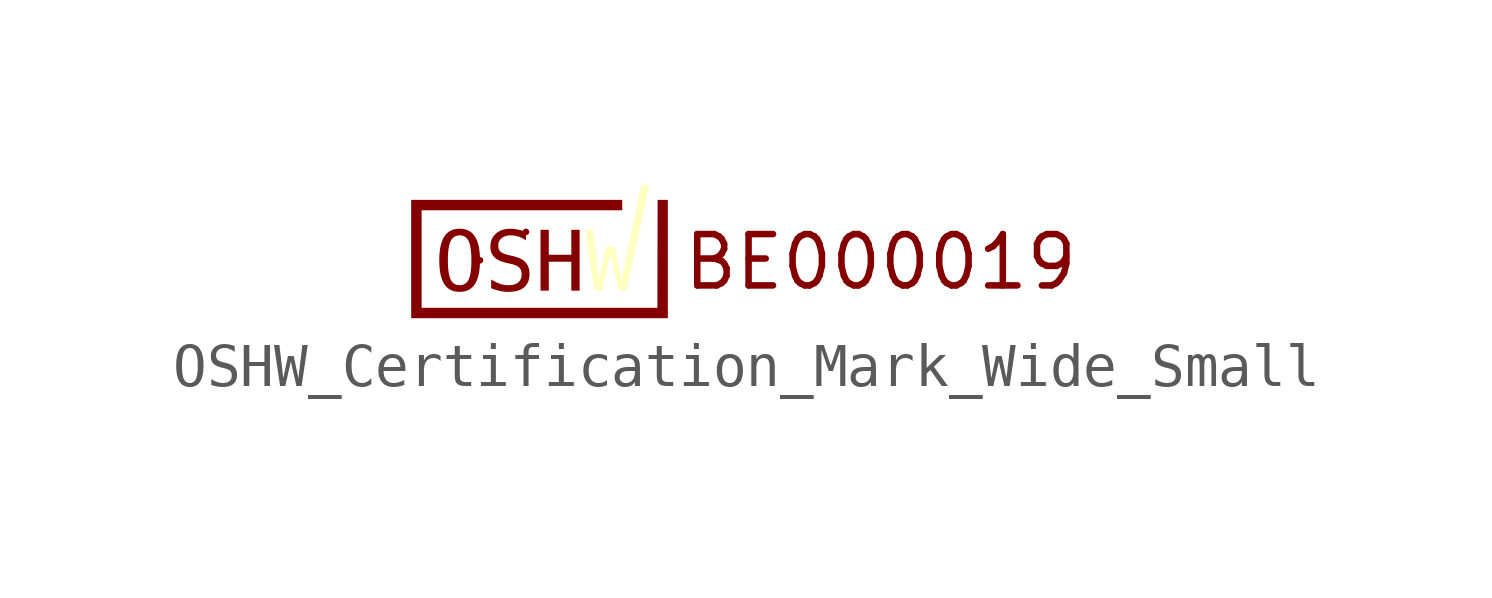
<source format=kicad_sym>
(kicad_symbol_lib
  (version 20231120)
  (generator "kicad_symbol_editor")
  (generator_version "8.0")
  (symbol "OSHW_Certification_Mark_Wide_Small"
    (property "Reference" "LOGO"
      (at 0 0 0)
      (effects (font (size 1.27 1.27)) (hide yes)))
    (symbol "OSHW_Certification_Mark_Wide_Small_1_1"
      (polyline (pts (xy -1.391 -0.214) (xy -1.391 -0.214) (xy -1.391 -0.214)) (stroke (width 0) (type default)) (fill (type outline)))
      (polyline (pts (xy -0.316 0.45) (xy -0.316 0.45) (xy -0.316 0.45)) (stroke (width 0) (type default)) (fill (type outline)))
      (polyline (pts (xy 3 -1.568) (xy -3 -1.568) (xy -3 1.199) (xy -3 1.199) (xy 1.934 1.199) (xy 1.934 0.955) (xy -2.756 0.955) (xy -2.756 -1.324) (xy 2.756 -1.324) (xy 2.761 1.199) (xy 3 1.199)) (stroke (width -0.0001) (type default)) (fill (type outline)))
      (polyline (pts (xy 0.217 -0.085) (xy 0.744 -0.085) (xy 0.744 0.499) (xy 0.938 0.499) (xy 0.938 -0.924) (xy 0.744 -0.924) (xy 0.744 -0.247) (xy 0.217 -0.247) (xy 0.217 -0.924) (xy 0.024 -0.924) (xy 0.024 0.499) (xy 0.217 0.499)) (stroke (width -0.0001) (type default)) (fill (type outline)))
      (polyline (pts (xy 2.03 -0.924) (xy 1.848 -0.924) (xy 1.655 -0.079) (xy 1.462 -0.924) (xy 1.28 -0.924) (xy 1.068 0.499) (xy 1.256 0.499) (xy 1.392 -0.656) (xy 1.554 0.108) (xy 1.755 0.108) (xy 1.919 -0.658) (xy 2.38 1.556) (xy 2.568 1.556)) (stroke (width -0.0001) (type default)) (fill (type background)))
      (polyline (pts (xy -1.838 0.524) (xy -1.809 0.521) (xy -1.782 0.518) (xy -1.755 0.513) (xy -1.729 0.506) (xy -1.704 0.499) (xy -1.681 0.489) (xy -1.658 0.479) (xy -1.636 0.467) (xy -1.615 0.453) (xy -1.595 0.438) (xy -1.576 0.421) (xy -1.558 0.404) (xy -1.541 0.384) (xy -1.525 0.363) (xy -1.509 0.341) (xy -1.495 0.318) (xy -1.482 0.293) (xy -1.469 0.266) (xy -1.458 0.238) (xy -1.447 0.208) (xy -1.437 0.177) (xy -1.429 0.145) (xy -1.421 0.111) (xy -1.414 0.075) (xy -1.408 0.039) (xy -1.403 0.0001) (xy -1.399 -0.04) (xy -1.395 -0.081) (xy -1.393 -0.124) (xy -1.392 -0.168) (xy -1.391 -0.214) (xy -1.392 -0.26) (xy -1.393 -0.304) (xy -1.395 -0.347) (xy -1.399 -0.388) (xy -1.403 -0.428) (xy -1.408 -0.466) (xy -1.414 -0.503) (xy -1.421 -0.539) (xy -1.429 -0.573) (xy -1.437 -0.605) (xy -1.447 -0.636) (xy -1.458 -0.666) (xy -1.469 -0.694) (xy -1.482 -0.72) (xy -1.495 -0.745) (xy -1.509 -0.769) (xy -1.517 -0.78) (xy -1.525 -0.791) (xy -1.532 -0.802) (xy -1.541 -0.812) (xy -1.549 -0.822) (xy -1.558 -0.831) (xy -1.567 -0.84) (xy -1.576 -0.849) (xy -1.585 -0.857) (xy -1.595 -0.865) (xy -1.605 -0.873) (xy -1.615 -0.88) (xy -1.625 -0.887) (xy -1.636 -0.894) (xy -1.647 -0.9) (xy -1.658 -0.906) (xy -1.669 -0.912) (xy -1.681 -0.917) (xy -1.692 -0.922) (xy -1.704 -0.926) (xy -1.717 -0.93) (xy -1.729 -0.934) (xy -1.742 -0.937) (xy -1.755 -0.94) (xy -1.768 -0.943) (xy -1.782 -0.945) (xy -1.809 -0.949) (xy -1.838 -0.951) (xy -1.868 -0.952) (xy -1.897 -0.951) (xy -1.926 -0.949) (xy -1.954 -0.945) (xy -1.981 -0.941) (xy -2.006 -0.934) (xy -2.031 -0.926) (xy -2.055 -0.917) (xy -2.078 -0.906) (xy -2.1 -0.894) (xy -2.121 -0.881) (xy -2.141 -0.866) (xy -2.16 -0.85) (xy -2.178 -0.832) (xy -2.195 -0.812) (xy -2.211 -0.792) (xy -2.226 -0.77) (xy -2.24 -0.746) (xy -2.254 -0.721) (xy -2.266 -0.695) (xy -2.277 -0.667) (xy -2.288 -0.637) (xy -2.297 -0.606) (xy -2.306 -0.574) (xy -2.314 -0.54) (xy -2.321 -0.504) (xy -2.327 -0.468) (xy -2.332 -0.429) (xy -2.336 -0.389) (xy -2.339 -0.348) (xy -2.341 -0.305) (xy -2.343 -0.26) (xy -2.343 -0.214) (xy -2.142 -0.214) (xy -2.141 -0.29) (xy -2.138 -0.359) (xy -2.133 -0.424) (xy -2.126 -0.482) (xy -2.122 -0.509) (xy -2.117 -0.535) (xy -2.112 -0.56) (xy -2.106 -0.583) (xy -2.1 -0.605) (xy -2.093 -0.625) (xy -2.086 -0.644) (xy -2.078 -0.661) (xy -2.07 -0.677) (xy -2.066 -0.685) (xy -2.061 -0.693) (xy -2.056 -0.7) (xy -2.051 -0.707) (xy -2.046 -0.714) (xy -2.041 -0.72) (xy -2.035 -0.726) (xy -2.03 -0.732) (xy -2.024 -0.738) (xy -2.018 -0.743) (xy -2.012 -0.748) (xy -2.006 -0.753) (xy -2 -0.758) (xy -1.993 -0.762) (xy -1.987 -0.766) (xy -1.98 -0.77) (xy -1.973 -0.773) (xy -1.966 -0.777) (xy -1.958 -0.78) (xy -1.951 -0.782) (xy -1.943 -0.785) (xy -1.936 -0.787) (xy -1.928 -0.789) (xy -1.92 -0.791) (xy -1.911 -0.792) (xy -1.903 -0.793) (xy -1.894 -0.794) (xy -1.886 -0.795) (xy -1.868 -0.795) (xy -1.85 -0.795) (xy -1.832 -0.793) (xy -1.816 -0.791) (xy -1.8 -0.787) (xy -1.784 -0.782) (xy -1.769 -0.777) (xy -1.755 -0.77) (xy -1.742 -0.762) (xy -1.729 -0.753) (xy -1.717 -0.743) (xy -1.705 -0.733) (xy -1.694 -0.721) (xy -1.684 -0.708) (xy -1.674 -0.693) (xy -1.665 -0.678) (xy -1.657 -0.662) (xy -1.649 -0.645) (xy -1.642 -0.626) (xy -1.635 -0.605) (xy -1.629 -0.584) (xy -1.623 -0.561) (xy -1.618 -0.536) (xy -1.613 -0.51) (xy -1.609 -0.483) (xy -1.605 -0.454) (xy -1.601 -0.424) (xy -1.599 -0.393) (xy -1.596 -0.36) (xy -1.595 -0.326) (xy -1.593 -0.29) (xy -1.593 -0.253) (xy -1.592 -0.214) (xy -1.593 -0.139) (xy -1.596 -0.069) (xy -1.601 -0.004) (xy -1.609 0.054) (xy -1.613 0.082) (xy -1.618 0.108) (xy -1.623 0.132) (xy -1.629 0.155) (xy -1.635 0.177) (xy -1.642 0.197) (xy -1.649 0.216) (xy -1.657 0.234) (xy -1.665 0.25) (xy -1.67 0.258) (xy -1.674 0.265) (xy -1.679 0.272) (xy -1.684 0.279) (xy -1.689 0.286) (xy -1.694 0.292) (xy -1.7 0.299) (xy -1.705 0.305) (xy -1.711 0.31) (xy -1.717 0.316) (xy -1.723 0.321) (xy -1.729 0.326) (xy -1.735 0.33) (xy -1.742 0.335) (xy -1.748 0.339) (xy -1.755 0.342) (xy -1.762 0.346) (xy -1.769 0.349) (xy -1.777 0.352) (xy -1.784 0.355) (xy -1.792 0.357) (xy -1.8 0.36) (xy -1.808 0.362) (xy -1.816 0.363) (xy -1.824 0.365) (xy -1.832 0.366) (xy -1.841 0.367) (xy -1.85 0.368) (xy -1.868 0.368) (xy -1.886 0.368) (xy -1.903 0.366) (xy -1.92 0.363) (xy -1.936 0.36) (xy -1.951 0.355) (xy -1.966 0.349) (xy -1.98 0.342) (xy -1.993 0.335) (xy -2.006 0.326) (xy -2.018 0.316) (xy -2.03 0.305) (xy -2.041 0.292) (xy -2.051 0.279) (xy -2.061 0.265) (xy -2.07 0.25) (xy -2.078 0.234) (xy -2.086 0.216) (xy -2.093 0.197) (xy -2.1 0.177) (xy -2.106 0.155) (xy -2.112 0.132) (xy -2.117 0.108) (xy -2.122 0.082) (xy -2.126 0.054) (xy -2.13 0.026) (xy -2.133 -0.004) (xy -2.136 -0.036) (xy -2.138 -0.069) (xy -2.14 -0.103) (xy -2.141 -0.139) (xy -2.142 -0.176) (xy -2.142 -0.214) (xy -2.343 -0.214) (xy -2.343 -0.168) (xy -2.341 -0.124) (xy -2.339 -0.081) (xy -2.336 -0.04) (xy -2.332 0.0001) (xy -2.327 0.039) (xy -2.321 0.075) (xy -2.314 0.111) (xy -2.306 0.145) (xy -2.297 0.177) (xy -2.288 0.208) (xy -2.277 0.238) (xy -2.266 0.266) (xy -2.254 0.293) (xy -2.24 0.318) (xy -2.226 0.341) (xy -2.219 0.353) (xy -2.211 0.363) (xy -2.203 0.374) (xy -2.195 0.384) (xy -2.186 0.394) (xy -2.178 0.404) (xy -2.169 0.413) (xy -2.159 0.421) (xy -2.15 0.43) (xy -2.14 0.438) (xy -2.131 0.446) (xy -2.12 0.453) (xy -2.11 0.46) (xy -2.099 0.467) (xy -2.088 0.473) (xy -2.077 0.479) (xy -2.066 0.484) (xy -2.055 0.489) (xy -2.043 0.494) (xy -2.031 0.499) (xy -2.018 0.503) (xy -2.006 0.506) (xy -1.993 0.51) (xy -1.98 0.513) (xy -1.954 0.518) (xy -1.926 0.521) (xy -1.897 0.524) (xy -1.868 0.524)) (stroke (width -0.0001) (type default)) (fill (type outline)))
      (polyline (pts (xy -0.658 0.524) (xy -0.638 0.523) (xy -0.616 0.521) (xy -0.595 0.519) (xy -0.573 0.517) (xy -0.551 0.513) (xy -0.529 0.509) (xy -0.507 0.505) (xy -0.484 0.5) (xy -0.461 0.495) (xy -0.437 0.489) (xy -0.414 0.482) (xy -0.39 0.475) (xy -0.365 0.467) (xy -0.341 0.459) (xy -0.316 0.45) (xy -0.316 0.254) (xy -0.338 0.268) (xy -0.36 0.281) (xy -0.382 0.293) (xy -0.404 0.304) (xy -0.426 0.314) (xy -0.448 0.323) (xy -0.47 0.332) (xy -0.492 0.339) (xy -0.514 0.346) (xy -0.536 0.352) (xy -0.558 0.357) (xy -0.58 0.361) (xy -0.603 0.364) (xy -0.625 0.366) (xy -0.647 0.367) (xy -0.67 0.368) (xy -0.686 0.368) (xy -0.703 0.367) (xy -0.719 0.366) (xy -0.734 0.364) (xy -0.749 0.362) (xy -0.764 0.359) (xy -0.778 0.356) (xy -0.791 0.352) (xy -0.805 0.348) (xy -0.818 0.343) (xy -0.83 0.338) (xy -0.842 0.332) (xy -0.853 0.326) (xy -0.864 0.319) (xy -0.875 0.312) (xy -0.885 0.304) (xy -0.894 0.296) (xy -0.903 0.287) (xy -0.912 0.279) (xy -0.919 0.27) (xy -0.927 0.26) (xy -0.933 0.251) (xy -0.939 0.24) (xy -0.944 0.23) (xy -0.949 0.219) (xy -0.953 0.208) (xy -0.956 0.196) (xy -0.959 0.184) (xy -0.961 0.172) (xy -0.963 0.16) (xy -0.964 0.147) (xy -0.964 0.133) (xy -0.964 0.122) (xy -0.963 0.111) (xy -0.962 0.1) (xy -0.961 0.089) (xy -0.959 0.079) (xy -0.957 0.069) (xy -0.954 0.059) (xy -0.951 0.05) (xy -0.948 0.041) (xy -0.944 0.033) (xy -0.94 0.025) (xy -0.935 0.017) (xy -0.93 0.01) (xy -0.925 0.003) (xy -0.919 -0.004) (xy -0.913 -0.011) (xy -0.906 -0.017) (xy -0.898 -0.023) (xy -0.89 -0.029) (xy -0.881 -0.034) (xy -0.871 -0.04) (xy -0.861 -0.045) (xy -0.85 -0.051) (xy -0.838 -0.056) (xy -0.825 -0.061) (xy -0.812 -0.066) (xy -0.798 -0.071) (xy -0.784 -0.076) (xy -0.768 -0.08) (xy -0.752 -0.085) (xy -0.736 -0.089) (xy -0.718 -0.093) (xy -0.617 -0.116) (xy -0.593 -0.122) (xy -0.569 -0.129) (xy -0.546 -0.136) (xy -0.524 -0.143) (xy -0.503 -0.151) (xy -0.482 -0.159) (xy -0.463 -0.167) (xy -0.444 -0.176) (xy -0.426 -0.186) (xy -0.409 -0.196) (xy -0.393 -0.206) (xy -0.378 -0.216) (xy -0.364 -0.227) (xy -0.35 -0.239) (xy -0.337 -0.251) (xy -0.326 -0.263) (xy -0.315 -0.276) (xy -0.304 -0.289) (xy -0.294 -0.303) (xy -0.285 -0.318) (xy -0.277 -0.333) (xy -0.27 -0.348) (xy -0.263 -0.364) (xy -0.257 -0.381) (xy -0.252 -0.399) (xy -0.247 -0.416) (xy -0.243 -0.435) (xy -0.24 -0.454) (xy -0.237 -0.473) (xy -0.235 -0.494) (xy -0.234 -0.514) (xy -0.234 -0.536) (xy -0.234 -0.561) (xy -0.236 -0.585) (xy -0.238 -0.608) (xy -0.242 -0.631) (xy -0.246 -0.653) (xy -0.252 -0.674) (xy -0.258 -0.695) (xy -0.266 -0.715) (xy -0.274 -0.734) (xy -0.283 -0.752) (xy -0.293 -0.769) (xy -0.305 -0.786) (xy -0.317 -0.802) (xy -0.33 -0.817) (xy -0.345 -0.832) (xy -0.36 -0.845) (xy -0.376 -0.858) (xy -0.393 -0.87) (xy -0.411 -0.882) (xy -0.43 -0.892) (xy -0.45 -0.902) (xy -0.47 -0.91) (xy -0.492 -0.918) (xy -0.514 -0.925) (xy -0.537 -0.932) (xy -0.562 -0.937) (xy -0.587 -0.942) (xy -0.613 -0.945) (xy -0.64 -0.948) (xy -0.667 -0.95) (xy -0.696 -0.952) (xy -0.726 -0.952) (xy -0.751 -0.952) (xy -0.776 -0.951) (xy -0.801 -0.949) (xy -0.826 -0.947) (xy -0.851 -0.944) (xy -0.876 -0.94) (xy -0.902 -0.935) (xy -0.927 -0.93) (xy -0.952 -0.925) (xy -0.977 -0.918) (xy -1.003 -0.911) (xy -1.028 -0.904) (xy -1.054 -0.895) (xy -1.079 -0.886) (xy -1.104 -0.877) (xy -1.13 -0.866) (xy -1.13 -0.661) (xy -1.103 -0.678) (xy -1.076 -0.694) (xy -1.049 -0.708) (xy -1.023 -0.722) (xy -0.998 -0.734) (xy -0.972 -0.745) (xy -0.948 -0.755) (xy -0.923 -0.763) (xy -0.898 -0.771) (xy -0.874 -0.778) (xy -0.849 -0.783) (xy -0.825 -0.788) (xy -0.8 -0.791) (xy -0.775 -0.794) (xy -0.751 -0.795) (xy -0.726 -0.796) (xy -0.708 -0.795) (xy -0.69 -0.795) (xy -0.673 -0.793) (xy -0.657 -0.792) (xy -0.641 -0.789) (xy -0.625 -0.787) (xy -0.611 -0.783) (xy -0.596 -0.78) (xy -0.582 -0.775) (xy -0.569 -0.77) (xy -0.556 -0.765) (xy -0.543 -0.759) (xy -0.532 -0.753) (xy -0.52 -0.746) (xy -0.509 -0.739) (xy -0.499 -0.731) (xy -0.489 -0.723) (xy -0.48 -0.714) (xy -0.471 -0.705) (xy -0.464 -0.695) (xy -0.456 -0.685) (xy -0.45 -0.674) (xy -0.444 -0.664) (xy -0.438 -0.652) (xy -0.433 -0.641) (xy -0.429 -0.629) (xy -0.426 -0.616) (xy -0.423 -0.603) (xy -0.421 -0.59) (xy -0.419 -0.577) (xy -0.418 -0.562) (xy -0.418 -0.548) (xy -0.418 -0.535) (xy -0.419 -0.522) (xy -0.42 -0.51) (xy -0.421 -0.498) (xy -0.423 -0.486) (xy -0.426 -0.475) (xy -0.429 -0.464) (xy -0.432 -0.454) (xy -0.436 -0.444) (xy -0.44 -0.434) (xy -0.445 -0.425) (xy -0.45 -0.416) (xy -0.455 -0.408) (xy -0.461 -0.4) (xy -0.467 -0.392) (xy -0.474 -0.385) (xy -0.481 -0.378) (xy -0.489 -0.371) (xy -0.498 -0.365) (xy -0.507 -0.358) (xy -0.517 -0.352) (xy -0.527 -0.346) (xy -0.538 -0.341) (xy -0.55 -0.335) (xy -0.563 -0.33) (xy -0.576 -0.325) (xy -0.589 -0.32) (xy -0.604 -0.315) (xy -0.619 -0.311) (xy -0.634 -0.306) (xy -0.651 -0.302) (xy -0.668 -0.298) (xy -0.771 -0.275) (xy -0.795 -0.269) (xy -0.818 -0.263) (xy -0.841 -0.256) (xy -0.863 -0.249) (xy -0.884 -0.242) (xy -0.904 -0.234) (xy -0.923 -0.227) (xy -0.942 -0.218) (xy -0.959 -0.21) (xy -0.976 -0.201) (xy -0.992 -0.191) (xy -1.007 -0.182) (xy -1.021 -0.172) (xy -1.034 -0.161) (xy -1.047 -0.15) (xy -1.058 -0.139) (xy -1.069 -0.128) (xy -1.079 -0.116) (xy -1.089 -0.103) (xy -1.098 -0.09) (xy -1.106 -0.076) (xy -1.113 -0.063) (xy -1.12 -0.048) (xy -1.126 -0.033) (xy -1.131 -0.018) (xy -1.135 -0.002) (xy -1.139 0.015) (xy -1.142 0.032) (xy -1.145 0.049) (xy -1.147 0.067) (xy -1.148 0.085) (xy -1.148 0.104) (xy -1.147 0.127) (xy -1.146 0.15) (xy -1.143 0.173) (xy -1.14 0.194) (xy -1.135 0.215) (xy -1.13 0.236) (xy -1.123 0.256) (xy -1.116 0.275) (xy -1.108 0.294) (xy -1.098 0.312) (xy -1.088 0.33) (xy -1.076 0.347) (xy -1.064 0.363) (xy -1.05 0.379) (xy -1.036 0.394) (xy -1.02 0.409) (xy -1.004 0.423) (xy -0.987 0.436) (xy -0.969 0.448) (xy -0.951 0.459) (xy -0.932 0.47) (xy -0.912 0.479) (xy -0.892 0.488) (xy -0.871 0.495) (xy -0.849 0.502) (xy -0.827 0.508) (xy -0.804 0.513) (xy -0.78 0.517) (xy -0.756 0.52) (xy -0.731 0.522) (xy -0.705 0.524) (xy -0.679 0.524)) (stroke (width -0.0001) (type default)) (fill (type outline)))
      (text "BE000019" (at 3.302 -0.254 0) (effects (font (face "KiCad Font") (size 1.2 1.2)) (justify left))))))
</source>
